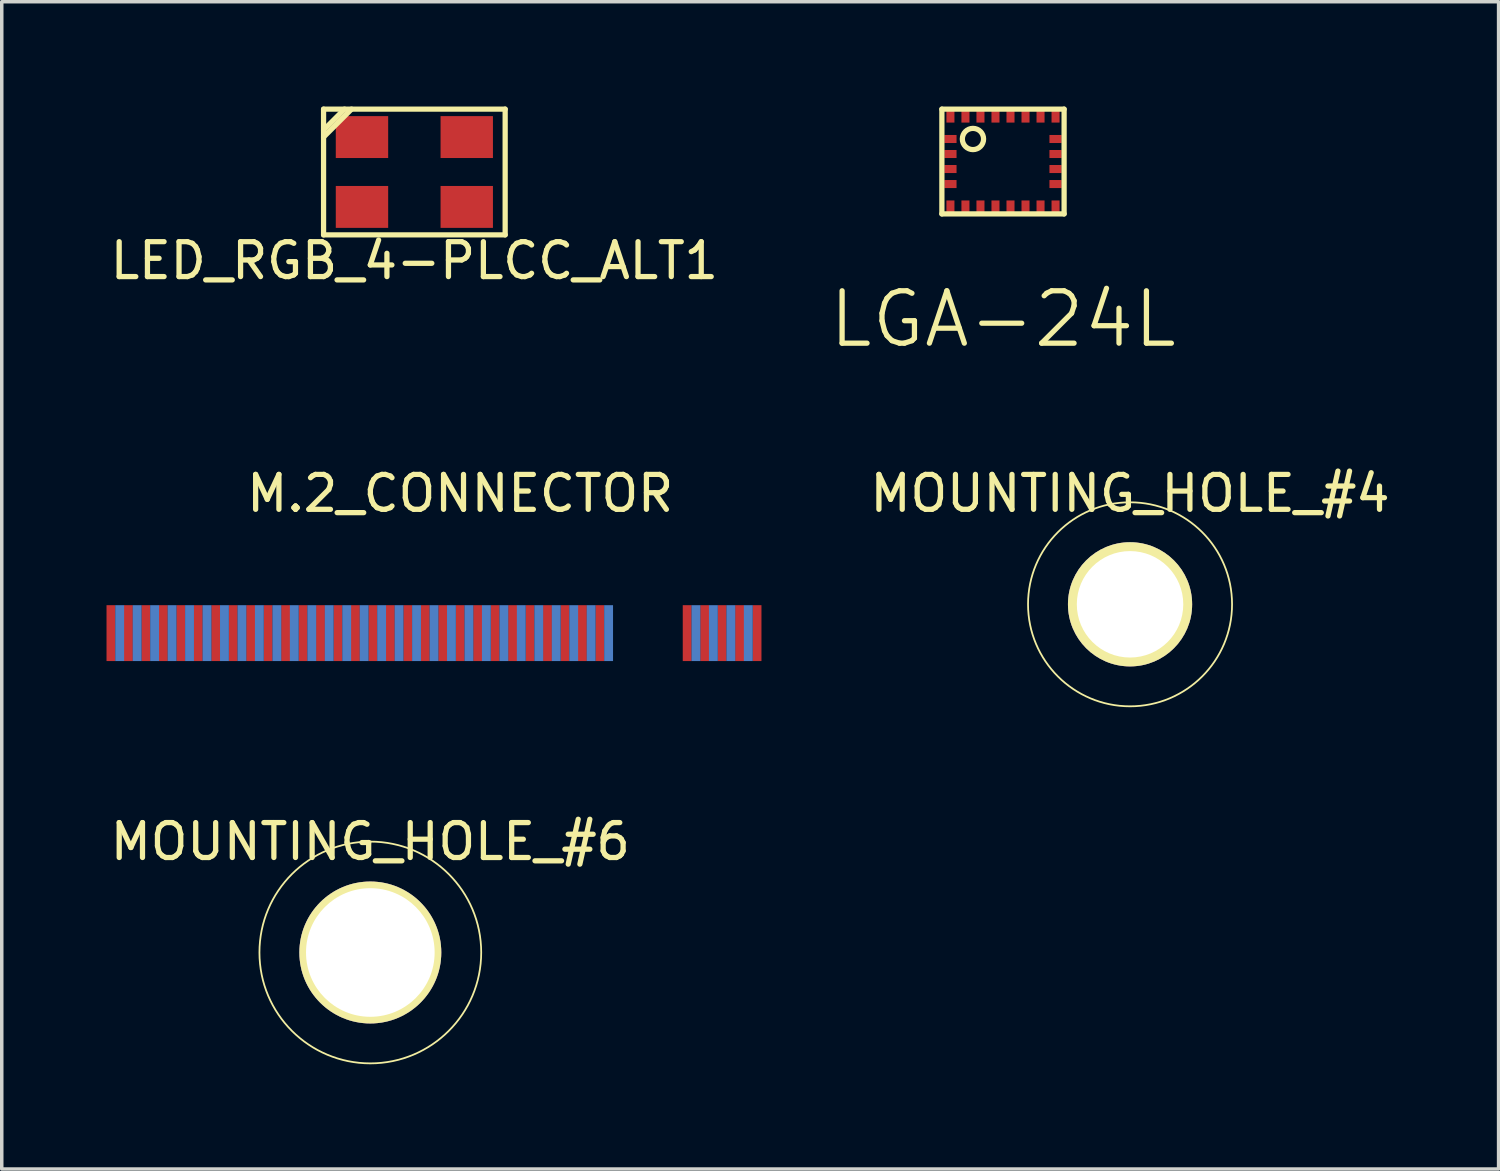
<source format=kicad_pcb>
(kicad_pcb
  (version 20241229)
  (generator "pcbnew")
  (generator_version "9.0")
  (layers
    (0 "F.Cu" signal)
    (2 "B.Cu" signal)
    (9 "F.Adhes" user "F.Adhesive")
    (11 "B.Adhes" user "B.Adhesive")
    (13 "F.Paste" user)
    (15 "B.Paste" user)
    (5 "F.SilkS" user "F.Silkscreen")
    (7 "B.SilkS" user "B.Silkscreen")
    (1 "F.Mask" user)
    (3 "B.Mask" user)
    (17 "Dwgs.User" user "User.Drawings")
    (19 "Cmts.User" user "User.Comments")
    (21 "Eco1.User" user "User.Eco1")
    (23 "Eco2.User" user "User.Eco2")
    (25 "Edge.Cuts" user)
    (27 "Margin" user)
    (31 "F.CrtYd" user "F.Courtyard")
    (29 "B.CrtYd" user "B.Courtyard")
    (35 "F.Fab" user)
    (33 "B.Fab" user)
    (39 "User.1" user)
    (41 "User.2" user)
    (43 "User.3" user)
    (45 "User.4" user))
  (footprint "MOUNTING_HOLE_#6"
    (layer "F.Cu")
    (at 7.554 24.224)
    (property "Reference" "MOUNTING_HOLE_#6" (at 0 -3.175 0) (layer "F.SilkS") (effects (font (size 1 1) (thickness 0.15))))
    (attr through_hole)
    (fp_circle (center 0 0) (end 3.175 0) (stroke (width 0.051) (type solid)) (fill no) (layer "F.SilkS"))
    (pad "1" thru_hole circle (at 0 0) (size 4.064 4.064) (drill 3.683) (layers "*.Cu" "*.Mask" "F.SilkS")))
  (footprint "LGA-24L"
    (layer "F.Cu")
    (at 25.67 1.575)
    (property "Reference" "LGA-24L" (at 0 4.515 0) (layer "F.SilkS") (effects (font (size 1.5 1.5) (thickness 0.15))))
    (attr through_hole)
    (fp_line (start -1.75 -1.5) (end -1.75 1.5) (stroke (width 0.15) (type solid)) (layer "F.SilkS"))
    (fp_line (start 1.75 -1.5) (end -1.75 -1.5) (stroke (width 0.15) (type solid)) (layer "F.SilkS"))
    (fp_line (start 1.75 -1.5) (end 1.75 1.5) (stroke (width 0.15) (type solid)) (layer "F.SilkS"))
    (fp_line (start 1.75 1.5) (end -1.75 1.5) (stroke (width 0.15) (type solid)) (layer "F.SilkS"))
    (fp_circle (center -0.86 -0.645) (end -0.645 -0.43) (stroke (width 0.15) (type solid)) (fill no) (layer "F.SilkS"))
    (pad "1" smd rect (at -1.505 -1.29) (size 0.23 0.35) (layers "F.Cu" "F.Mask" "F.Paste"))
    (pad "2" smd rect (at -1.505 -0.645) (size 0.35 0.23) (layers "F.Cu" "F.Mask" "F.Paste"))
    (pad "3" smd rect (at -1.505 -0.215) (size 0.35 0.23) (layers "F.Cu" "F.Mask" "F.Paste"))
    (pad "4" smd rect (at -1.505 0.215) (size 0.35 0.23) (layers "F.Cu" "F.Mask" "F.Paste"))
    (pad "5" smd rect (at -1.505 0.645) (size 0.35 0.23) (layers "F.Cu" "F.Mask" "F.Paste"))
    (pad "6" smd rect (at -1.505 1.29) (size 0.23 0.35) (layers "F.Cu" "F.Mask" "F.Paste"))
    (pad "7" smd rect (at -1.075 1.29) (size 0.23 0.35) (layers "F.Cu" "F.Mask" "F.Paste"))
    (pad "8" smd rect (at -0.645 1.29) (size 0.23 0.35) (layers "F.Cu" "F.Mask" "F.Paste"))
    (pad "9" smd rect (at -0.215 1.29) (size 0.23 0.35) (layers "F.Cu" "F.Mask" "F.Paste"))
    (pad "10" smd rect (at 0.215 1.29) (size 0.23 0.35) (layers "F.Cu" "F.Mask" "F.Paste"))
    (pad "11" smd rect (at 0.645 1.29) (size 0.23 0.35) (layers "F.Cu" "F.Mask" "F.Paste"))
    (pad "12" smd rect (at 1.075 1.29) (size 0.23 0.35) (layers "F.Cu" "F.Mask" "F.Paste"))
    (pad "13" smd rect (at 1.505 1.29) (size 0.23 0.35) (layers "F.Cu" "F.Mask" "F.Paste"))
    (pad "14" smd rect (at 1.505 0.645) (size 0.35 0.23) (layers "F.Cu" "F.Mask" "F.Paste"))
    (pad "15" smd rect (at 1.505 0.215) (size 0.35 0.23) (layers "F.Cu" "F.Mask" "F.Paste"))
    (pad "16" smd rect (at 1.505 -0.215) (size 0.35 0.23) (layers "F.Cu" "F.Mask" "F.Paste"))
    (pad "17" smd rect (at 1.505 -0.645) (size 0.35 0.23) (layers "F.Cu" "F.Mask" "F.Paste"))
    (pad "18" smd rect (at 1.505 -1.29) (size 0.23 0.35) (layers "F.Cu" "F.Mask" "F.Paste"))
    (pad "19" smd rect (at 1.075 -1.29) (size 0.23 0.35) (layers "F.Cu" "F.Mask" "F.Paste"))
    (pad "20" smd rect (at 0.645 -1.29) (size 0.23 0.35) (layers "F.Cu" "F.Mask" "F.Paste"))
    (pad "21" smd rect (at 0.215 -1.29) (size 0.23 0.35) (layers "F.Cu" "F.Mask" "F.Paste"))
    (pad "22" smd rect (at -0.215 -1.29) (size 0.23 0.35) (layers "F.Cu" "F.Mask" "F.Paste"))
    (pad "23" smd rect (at -0.645 -1.29) (size 0.23 0.35) (layers "F.Cu" "F.Mask" "F.Paste"))
    (pad "24" smd rect (at -1.075 -1.29) (size 0.23 0.35) (layers "F.Cu" "F.Mask" "F.Paste")))
  (footprint "MOUNTING_HOLE_#4"
    (layer "F.Cu")
    (at 29.308 14.254)
    (property "Reference" "MOUNTING_HOLE_#4" (at 0 -3.175 0) (layer "F.SilkS") (effects (font (size 1 1) (thickness 0.15))))
    (attr through_hole)
    (fp_circle (center 0 0) (end 2.921 0) (stroke (width 0.051) (type solid)) (fill no) (layer "F.SilkS"))
    (pad "1" thru_hole circle (at 0 0) (size 3.556 3.556) (drill 3.048) (layers "*.Cu" "*.Mask" "F.SilkS")))
  (footprint "M.2_CONNECTOR"
    (layer "F.Cu")
    (at 10.127 15.079)
    (property "Reference" "M.2_CONNECTOR" (at 0 -4 0) (layer "F.SilkS") (effects (font (size 1 1) (thickness 0.15))))
    (attr through_hole)
    (pad "1" smd rect (at -10 0) (size 0.254 1.6) (layers "F.Cu" "F.Mask" "F.Paste"))
    (pad "2" smd rect (at -9.75 0) (size 0.254 1.6) (layers "F.Mask" "B.Cu" "F.Paste"))
    (pad "3" smd rect (at -9.5 0) (size 0.254 1.6) (layers "F.Cu" "F.Mask" "F.Paste"))
    (pad "4" smd rect (at -9.25 0) (size 0.254 1.6) (layers "F.Mask" "B.Cu" "F.Paste"))
    (pad "5" smd rect (at -9 0) (size 0.254 1.6) (layers "F.Cu" "F.Mask" "F.Paste"))
    (pad "6" smd rect (at -8.75 0) (size 0.254 1.6) (layers "F.Mask" "B.Cu" "F.Paste"))
    (pad "7" smd rect (at -8.5 0) (size 0.254 1.6) (layers "F.Cu" "F.Mask" "F.Paste"))
    (pad "8" smd rect (at -8.25 0) (size 0.254 1.6) (layers "F.Mask" "B.Cu" "F.Paste"))
    (pad "9" smd rect (at -8 0) (size 0.254 1.6) (layers "F.Cu" "F.Mask" "F.Paste"))
    (pad "10" smd rect (at -7.75 0) (size 0.254 1.6) (layers "F.Mask" "B.Cu" "F.Paste"))
    (pad "11" smd rect (at -7.5 0) (size 0.254 1.6) (layers "F.Cu" "F.Mask" "F.Paste"))
    (pad "12" smd rect (at -7.25 0) (size 0.254 1.6) (layers "F.Mask" "B.Cu" "F.Paste"))
    (pad "13" smd rect (at -7 0) (size 0.254 1.6) (layers "F.Cu" "F.Mask" "F.Paste"))
    (pad "14" smd rect (at -6.75 0) (size 0.254 1.6) (layers "F.Mask" "B.Cu" "F.Paste"))
    (pad "15" smd rect (at -6.5 0) (size 0.254 1.6) (layers "F.Cu" "F.Mask" "F.Paste"))
    (pad "16" smd rect (at -6.25 0) (size 0.254 1.6) (layers "F.Mask" "B.Cu" "F.Paste"))
    (pad "17" smd rect (at -6 0) (size 0.254 1.6) (layers "F.Cu" "F.Mask" "F.Paste"))
    (pad "18" smd rect (at -5.75 0) (size 0.254 1.6) (layers "F.Mask" "B.Cu" "F.Paste"))
    (pad "19" smd rect (at -5.5 0) (size 0.254 1.6) (layers "F.Cu" "F.Mask" "F.Paste"))
    (pad "20" smd rect (at -5.25 0) (size 0.254 1.6) (layers "F.Mask" "B.Cu" "F.Paste"))
    (pad "21" smd rect (at -5 0) (size 0.254 1.6) (layers "F.Cu" "F.Mask" "F.Paste"))
    (pad "22" smd rect (at -4.75 0) (size 0.254 1.6) (layers "F.Mask" "B.Cu" "F.Paste"))
    (pad "23" smd rect (at -4.5 0) (size 0.254 1.6) (layers "F.Cu" "F.Mask" "F.Paste"))
    (pad "24" smd rect (at -4.25 0) (size 0.254 1.6) (layers "F.Mask" "B.Cu" "F.Paste"))
    (pad "25" smd rect (at -4 0) (size 0.254 1.6) (layers "F.Cu" "F.Mask" "F.Paste"))
    (pad "26" smd rect (at -3.75 0) (size 0.254 1.6) (layers "F.Mask" "B.Cu" "F.Paste"))
    (pad "27" smd rect (at -3.5 0) (size 0.254 1.6) (layers "F.Cu" "F.Mask" "F.Paste"))
    (pad "28" smd rect (at -3.25 0) (size 0.254 1.6) (layers "F.Mask" "B.Cu" "F.Paste"))
    (pad "29" smd rect (at -3 0) (size 0.254 1.6) (layers "F.Cu" "F.Mask" "F.Paste"))
    (pad "30" smd rect (at -2.75 0) (size 0.254 1.6) (layers "F.Mask" "B.Cu" "F.Paste"))
    (pad "31" smd rect (at -2.5 0) (size 0.254 1.6) (layers "F.Cu" "F.Mask" "F.Paste"))
    (pad "32" smd rect (at -2.25 0) (size 0.254 1.6) (layers "F.Mask" "B.Cu" "F.Paste"))
    (pad "33" smd rect (at -2 0) (size 0.254 1.6) (layers "F.Cu" "F.Mask" "F.Paste"))
    (pad "34" smd rect (at -1.75 0) (size 0.254 1.6) (layers "F.Mask" "B.Cu" "F.Paste"))
    (pad "35" smd rect (at -1.5 0) (size 0.254 1.6) (layers "F.Cu" "F.Mask" "F.Paste"))
    (pad "36" smd rect (at -1.25 0) (size 0.254 1.6) (layers "F.Mask" "B.Cu" "F.Paste"))
    (pad "37" smd rect (at -1 0) (size 0.254 1.6) (layers "F.Cu" "F.Mask" "F.Paste"))
    (pad "38" smd rect (at -0.75 0) (size 0.254 1.6) (layers "F.Mask" "B.Cu" "F.Paste"))
    (pad "39" smd rect (at -0.5 0) (size 0.254 1.6) (layers "F.Cu" "F.Mask" "F.Paste"))
    (pad "40" smd rect (at -0.25 0) (size 0.254 1.6) (layers "F.Mask" "B.Cu" "F.Paste"))
    (pad "41" smd rect (at 0 0) (size 0.254 1.6) (layers "F.Cu" "F.Mask" "F.Paste"))
    (pad "42" smd rect (at 0.25 0) (size 0.254 1.6) (layers "F.Mask" "B.Cu" "F.Paste"))
    (pad "43" smd rect (at 0.5 0) (size 0.254 1.6) (layers "F.Cu" "F.Mask" "F.Paste"))
    (pad "44" smd rect (at 0.75 0) (size 0.254 1.6) (layers "F.Mask" "B.Cu" "F.Paste"))
    (pad "45" smd rect (at 1 0) (size 0.254 1.6) (layers "F.Cu" "F.Mask" "F.Paste"))
    (pad "46" smd rect (at 1.25 0) (size 0.254 1.6) (layers "F.Mask" "B.Cu" "F.Paste"))
    (pad "47" smd rect (at 1.5 0) (size 0.254 1.6) (layers "F.Cu" "F.Mask" "F.Paste"))
    (pad "48" smd rect (at 1.75 0) (size 0.254 1.6) (layers "F.Mask" "B.Cu" "F.Paste"))
    (pad "49" smd rect (at 2 0) (size 0.254 1.6) (layers "F.Cu" "F.Mask" "F.Paste"))
    (pad "50" smd rect (at 2.25 0) (size 0.254 1.6) (layers "F.Mask" "B.Cu" "F.Paste"))
    (pad "51" smd rect (at 2.5 0) (size 0.254 1.6) (layers "F.Cu" "F.Mask" "F.Paste"))
    (pad "52" smd rect (at 2.75 0) (size 0.254 1.6) (layers "F.Mask" "B.Cu" "F.Paste"))
    (pad "53" smd rect (at 3 0) (size 0.254 1.6) (layers "F.Cu" "F.Mask" "F.Paste"))
    (pad "54" smd rect (at 3.25 0) (size 0.254 1.6) (layers "F.Mask" "B.Cu" "F.Paste"))
    (pad "55" smd rect (at 3.5 0) (size 0.254 1.6) (layers "F.Cu" "F.Mask" "F.Paste"))
    (pad "56" smd rect (at 3.75 0) (size 0.254 1.6) (layers "F.Mask" "B.Cu" "F.Paste"))
    (pad "57" smd rect (at 4 0) (size 0.254 1.6) (layers "F.Cu" "F.Mask" "F.Paste"))
    (pad "58" smd rect (at 4.25 0) (size 0.254 1.6) (layers "F.Mask" "B.Cu" "F.Paste"))
    (pad "67" smd rect (at 6.5 0) (size 0.254 1.6) (layers "F.Cu" "F.Mask" "F.Paste"))
    (pad "68" smd rect (at 6.75 0) (size 0.254 1.6) (layers "F.Mask" "B.Cu" "F.Paste"))
    (pad "69" smd rect (at 7 0) (size 0.254 1.6) (layers "F.Cu" "F.Mask" "F.Paste"))
    (pad "70" smd rect (at 7.25 0) (size 0.254 1.6) (layers "F.Mask" "B.Cu" "F.Paste"))
    (pad "71" smd rect (at 7.5 0) (size 0.254 1.6) (layers "F.Cu" "F.Mask" "F.Paste"))
    (pad "72" smd rect (at 7.75 0) (size 0.254 1.6) (layers "F.Mask" "B.Cu" "F.Paste"))
    (pad "73" smd rect (at 8 0) (size 0.254 1.6) (layers "F.Cu" "F.Mask" "F.Paste"))
    (pad "74" smd rect (at 8.25 0) (size 0.254 1.6) (layers "F.Mask" "B.Cu" "F.Paste"))
    (pad "75" smd rect (at 8.5 0) (size 0.254 1.6) (layers "F.Cu" "F.Mask" "F.Paste")))
  (footprint "LED_RGB_4-PLCC_ALT1"
    (layer "F.Cu")
    (at 8.815 1.875)
    (property "Reference" "LED_RGB_4-PLCC_ALT1" (at 0 2.54 0) (layer "F.SilkS") (effects (font (size 1 1) (thickness 0.15))))
    (attr through_hole)
    (fp_line (start -2.6 -1.8) (end 2.6 -1.8) (stroke (width 0.15) (type solid)) (layer "F.SilkS"))
    (fp_line (start -2.6 -1) (end -1.8 -1.8) (stroke (width 0.15) (type solid)) (layer "F.SilkS"))
    (fp_line (start -2.6 1.8) (end -2.6 -1.8) (stroke (width 0.15) (type solid)) (layer "F.SilkS"))
    (fp_line (start -2 -1.8) (end -2.6 -1.2) (stroke (width 0.15) (type solid)) (layer "F.SilkS"))
    (fp_line (start 2.6 -1.8) (end 2.6 1.8) (stroke (width 0.15) (type solid)) (layer "F.SilkS"))
    (fp_line (start 2.6 1.8) (end -2.6 1.8) (stroke (width 0.15) (type solid)) (layer "F.SilkS"))
    (pad "1" smd rect (at 1.5 -1) (size 1.5 1.2) (layers "F.Cu" "F.Mask" "F.Paste"))
    (pad "2" smd rect (at -1.5 -1) (size 1.5 1.2) (layers "F.Cu" "F.Mask" "F.Paste"))
    (pad "3" smd rect (at 1.5 1) (size 1.5 1.2) (layers "F.Cu" "F.Mask" "F.Paste"))
    (pad "4" smd rect (at -1.5 1) (size 1.5 1.2) (layers "F.Cu" "F.Mask" "F.Paste")))
  (gr_rect
    (start -3 -3)
    (end 39.861 30.424)
    (stroke (width 0.1) (type default))
    (fill no)
    (layer "Edge.Cuts")))
</source>
